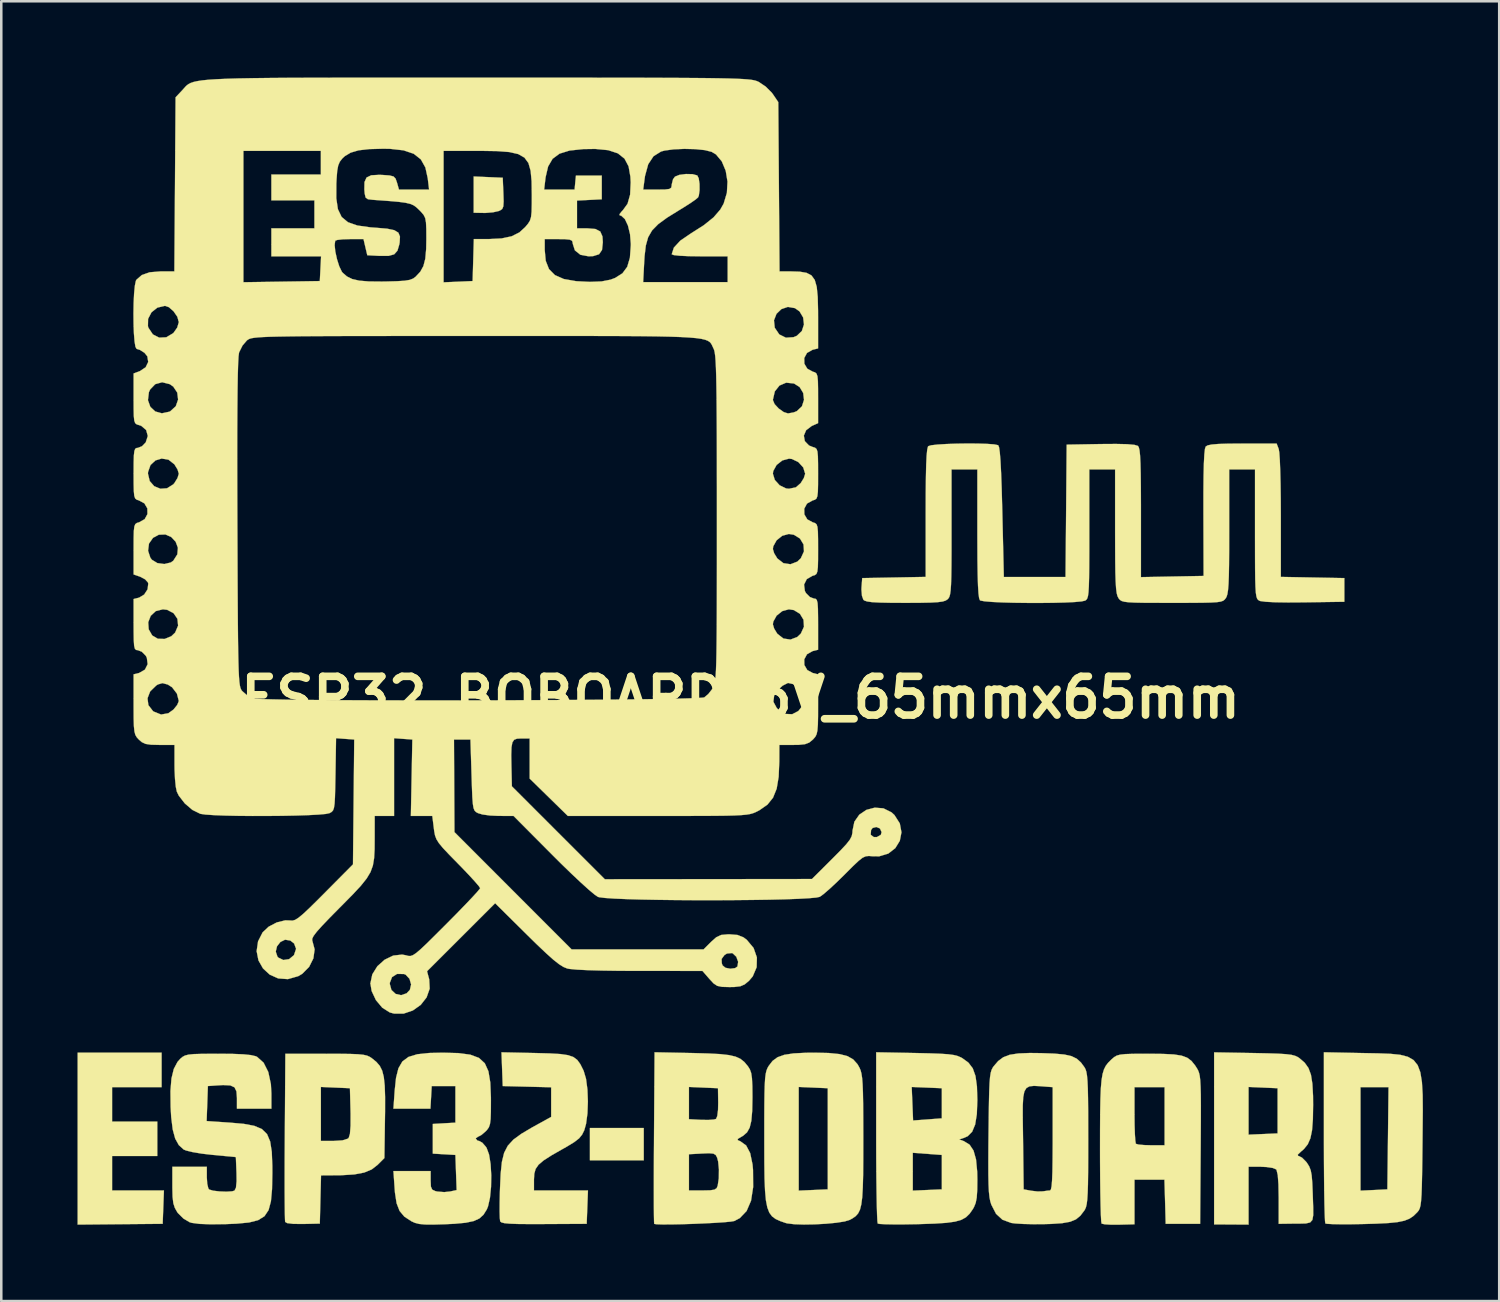
<source format=kicad_pcb>
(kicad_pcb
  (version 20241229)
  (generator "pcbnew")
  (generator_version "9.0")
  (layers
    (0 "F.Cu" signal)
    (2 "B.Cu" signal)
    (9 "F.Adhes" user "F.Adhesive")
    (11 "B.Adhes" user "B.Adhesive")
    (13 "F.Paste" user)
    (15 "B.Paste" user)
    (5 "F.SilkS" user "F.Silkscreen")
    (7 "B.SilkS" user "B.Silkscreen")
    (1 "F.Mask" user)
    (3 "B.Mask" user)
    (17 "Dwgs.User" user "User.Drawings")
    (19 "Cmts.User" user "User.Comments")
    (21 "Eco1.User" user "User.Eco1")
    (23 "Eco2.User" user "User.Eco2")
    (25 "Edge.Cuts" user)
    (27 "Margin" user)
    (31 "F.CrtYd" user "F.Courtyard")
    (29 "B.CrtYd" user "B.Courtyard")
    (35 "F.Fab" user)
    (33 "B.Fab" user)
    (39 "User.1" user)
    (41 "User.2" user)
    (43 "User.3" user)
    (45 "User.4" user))
  (footprint "ESP32_BOBOARD_5V_65mmx65mm"
    (layer "F.Cu")
    (at 26.082 24.389)
    (property "Reference" "ESP32_BOBOARD_5V_65mmx65mm" (at 0 0 0) (layer "F.SilkS") (effects (font (size 1.524 1.524) (thickness 0.3))))
    (attr exclude_from_pos_files exclude_from_bom)
    (fp_poly (pts (xy -3.81 18.203) (xy -5.927 18.203) (xy -5.927 16.933) (xy -3.81 16.933) (xy -3.81 18.203)) (stroke (width 0.01) (type solid)) (fill yes) (layer "F.SilkS"))
    (fp_poly (pts (xy -22.775 15.325) (xy -24.723 15.325) (xy -24.723 16.679) (xy -22.945 16.679) (xy -22.945 18.034) (xy -24.723 18.034) (xy -24.723 19.389) (xy -22.684 19.389) (xy -22.733 20.701) (xy -24.405 20.716) (xy -26.077 20.731) (xy -26.077 13.97) (xy -22.775 13.97) (xy -22.775 15.325)) (stroke (width 0.01) (type solid)) (fill yes) (layer "F.SilkS"))
    (fp_poly (pts (xy -9.927 -20.472) (xy -9.356 -20.447) (xy -9.331 -19.832) (xy -9.321 -19.514) (xy -9.333 -19.323) (xy -9.376 -19.219) (xy -9.462 -19.16) (xy -9.519 -19.137) (xy -9.738 -19.088) (xy -10.026 -19.064) (xy -10.115 -19.064) (xy -10.499 -19.071) (xy -10.499 -20.497) (xy -9.927 -20.472)) (stroke (width 0.01) (type solid)) (fill yes) (layer "F.SilkS"))
    (fp_poly (pts (xy 24.49 13.985) (xy 25.079 13.996) (xy 25.561 14.014) (xy 25.947 14.053) (xy 26.248 14.131) (xy 26.473 14.261) (xy 26.633 14.46) (xy 26.739 14.743) (xy 26.801 15.127) (xy 26.83 15.625) (xy 26.835 16.254) (xy 26.828 17.03) (xy 26.824 17.454) (xy 26.816 18.187) (xy 26.807 18.77) (xy 26.797 19.222) (xy 26.785 19.561) (xy 26.767 19.807) (xy 26.745 19.978) (xy 26.715 20.093) (xy 26.677 20.172) (xy 26.63 20.233) (xy 26.628 20.235) (xy 26.477 20.385) (xy 26.314 20.497) (xy 26.112 20.578) (xy 25.843 20.634) (xy 25.481 20.671) (xy 24.999 20.695) (xy 24.515 20.709) (xy 24.035 20.718) (xy 23.615 20.719) (xy 23.283 20.713) (xy 23.069 20.701) (xy 23.002 20.687) (xy 22.989 20.593) (xy 22.978 20.348) (xy 22.967 19.97) (xy 22.958 19.478) (xy 22.952 18.891) (xy 22.947 18.227) (xy 22.945 17.504) (xy 22.945 17.292) (xy 22.945 15.325) (xy 24.384 15.325) (xy 24.384 19.397) (xy 24.913 19.372) (xy 25.442 19.346) (xy 25.465 17.335) (xy 25.488 15.325) (xy 24.384 15.325) (xy 22.945 15.325) (xy 22.945 13.954) (xy 24.49 13.985)) (stroke (width 0.01) (type solid)) (fill yes) (layer "F.SilkS"))
    (fp_poly (pts (xy -15.766 14.014) (xy -15.349 14.019) (xy -15.05 14.031) (xy -14.84 14.052) (xy -14.695 14.085) (xy -14.588 14.133) (xy -14.505 14.188) (xy -14.328 14.332) (xy -14.194 14.487) (xy -14.098 14.677) (xy -14.035 14.927) (xy -13.999 15.263) (xy -13.984 15.709) (xy -13.985 16.291) (xy -13.989 16.53) (xy -14.012 18.116) (xy -14.278 18.381) (xy -14.51 18.561) (xy -14.804 18.684) (xy -15.192 18.758) (xy -15.704 18.79) (xy -15.893 18.792) (xy -16.504 18.796) (xy -16.528 19.744) (xy -16.552 20.692) (xy -17.215 20.707) (xy -17.598 20.703) (xy -17.836 20.673) (xy -17.915 20.627) (xy -17.922 20.523) (xy -17.928 20.27) (xy -17.932 19.884) (xy -17.935 19.387) (xy -17.935 18.796) (xy -17.934 18.131) (xy -17.93 17.441) (xy -16.51 17.441) (xy -16.012 17.441) (xy -15.66 17.418) (xy -15.45 17.352) (xy -15.417 17.323) (xy -15.367 17.166) (xy -15.342 16.846) (xy -15.341 16.369) (xy -15.343 16.286) (xy -15.367 15.367) (xy -15.938 15.342) (xy -16.51 15.317) (xy -16.51 17.441) (xy -17.93 17.441) (xy -17.93 17.41) (xy -17.929 17.272) (xy -17.907 14.012) (xy -16.325 14.012) (xy -15.766 14.014)) (stroke (width 0.01) (type solid)) (fill yes) (layer "F.SilkS"))
    (fp_poly (pts (xy -8.056 13.984) (xy -7.5 13.999) (xy -7.087 14.023) (xy -6.788 14.067) (xy -6.576 14.141) (xy -6.424 14.255) (xy -6.305 14.42) (xy -6.191 14.646) (xy -6.171 14.69) (xy -6.08 14.998) (xy -6.025 15.416) (xy -6.007 15.888) (xy -6.024 16.358) (xy -6.079 16.77) (xy -6.148 17.018) (xy -6.234 17.193) (xy -6.353 17.339) (xy -6.542 17.486) (xy -6.833 17.664) (xy -7.005 17.761) (xy -7.441 18.01) (xy -7.748 18.207) (xy -7.948 18.377) (xy -8.063 18.543) (xy -8.115 18.73) (xy -8.128 18.96) (xy -8.128 19.389) (xy -6.004 19.389) (xy -6.054 20.701) (xy -7.733 20.71) (xy -8.324 20.711) (xy -8.767 20.707) (xy -9.081 20.695) (xy -9.287 20.676) (xy -9.405 20.646) (xy -9.456 20.606) (xy -9.458 20.6) (xy -9.472 20.475) (xy -9.479 20.216) (xy -9.477 19.857) (xy -9.468 19.434) (xy -9.464 19.321) (xy -9.437 18.724) (xy -9.389 18.264) (xy -9.302 17.91) (xy -9.157 17.629) (xy -8.937 17.389) (xy -8.622 17.159) (xy -8.195 16.906) (xy -8.022 16.811) (xy -7.451 16.495) (xy -7.451 15.33) (xy -8.403 15.306) (xy -9.356 15.282) (xy -9.381 14.619) (xy -9.405 13.955) (xy -8.056 13.984)) (stroke (width 0.01) (type solid)) (fill yes) (layer "F.SilkS"))
    (fp_poly (pts (xy 20.187 13.984) (xy 20.745 13.996) (xy 21.16 14.009) (xy 21.458 14.028) (xy 21.667 14.054) (xy 21.812 14.092) (xy 21.921 14.143) (xy 21.986 14.188) (xy 22.191 14.366) (xy 22.338 14.573) (xy 22.436 14.838) (xy 22.492 15.193) (xy 22.518 15.667) (xy 22.521 16.026) (xy 22.512 16.592) (xy 22.479 17.019) (xy 22.414 17.336) (xy 22.311 17.572) (xy 22.161 17.758) (xy 22.055 17.85) (xy 21.918 17.979) (xy 21.93 18.032) (xy 21.954 18.034) (xy 22.084 18.098) (xy 22.243 18.257) (xy 22.283 18.309) (xy 22.367 18.444) (xy 22.426 18.595) (xy 22.464 18.796) (xy 22.488 19.085) (xy 22.505 19.498) (xy 22.509 19.622) (xy 22.524 20.063) (xy 22.525 20.363) (xy 22.492 20.548) (xy 22.404 20.647) (xy 22.239 20.686) (xy 21.977 20.693) (xy 21.696 20.694) (xy 21.167 20.701) (xy 21.167 19.681) (xy 21.157 19.148) (xy 21.13 18.783) (xy 21.083 18.586) (xy 21.065 18.559) (xy 20.929 18.503) (xy 20.685 18.467) (xy 20.472 18.457) (xy 19.981 18.457) (xy 19.981 20.731) (xy 19.304 20.727) (xy 18.627 20.723) (xy 18.627 17.195) (xy 19.981 17.195) (xy 21.124 17.145) (xy 21.124 15.367) (xy 20.553 15.342) (xy 19.981 15.317) (xy 19.981 17.195) (xy 18.627 17.195) (xy 18.627 13.957) (xy 20.187 13.984)) (stroke (width 0.01) (type solid)) (fill yes) (layer "F.SilkS"))
    (fp_poly (pts (xy 3.466 13.982) (xy 3.893 14.025) (xy 4.206 14.106) (xy 4.432 14.236) (xy 4.598 14.422) (xy 4.678 14.563) (xy 4.721 14.664) (xy 4.754 14.792) (xy 4.78 14.964) (xy 4.799 15.202) (xy 4.812 15.525) (xy 4.82 15.954) (xy 4.824 16.507) (xy 4.826 17.205) (xy 4.826 17.382) (xy 4.825 18.158) (xy 4.82 18.784) (xy 4.807 19.276) (xy 4.785 19.655) (xy 4.748 19.938) (xy 4.696 20.145) (xy 4.623 20.292) (xy 4.528 20.399) (xy 4.407 20.484) (xy 4.295 20.546) (xy 4.093 20.608) (xy 3.766 20.659) (xy 3.36 20.698) (xy 2.919 20.722) (xy 2.488 20.729) (xy 2.112 20.717) (xy 1.836 20.684) (xy 1.773 20.668) (xy 1.554 20.592) (xy 1.377 20.511) (xy 1.236 20.406) (xy 1.129 20.26) (xy 1.051 20.055) (xy 0.996 19.774) (xy 0.962 19.399) (xy 0.962 19.396) (xy 2.286 19.396) (xy 3.429 19.346) (xy 3.429 15.367) (xy 2.857 15.342) (xy 2.286 15.317) (xy 2.286 19.396) (xy 0.962 19.396) (xy 0.942 18.912) (xy 0.934 18.296) (xy 0.932 17.533) (xy 0.932 17.302) (xy 0.932 16.577) (xy 0.935 16.003) (xy 0.941 15.557) (xy 0.951 15.221) (xy 0.966 14.975) (xy 0.989 14.798) (xy 1.019 14.67) (xy 1.059 14.572) (xy 1.103 14.494) (xy 1.256 14.294) (xy 1.451 14.15) (xy 1.717 14.054) (xy 2.081 13.998) (xy 2.57 13.973) (xy 2.897 13.97) (xy 3.466 13.982)) (stroke (width 0.01) (type solid)) (fill yes) (layer "F.SilkS"))
    (fp_poly (pts (xy 16.63 14.018) (xy 17.044 14.039) (xy 17.346 14.086) (xy 17.567 14.167) (xy 17.733 14.291) (xy 17.876 14.467) (xy 17.954 14.588) (xy 17.998 14.669) (xy 18.033 14.761) (xy 18.061 14.884) (xy 18.081 15.055) (xy 18.094 15.294) (xy 18.103 15.617) (xy 18.106 16.044) (xy 18.105 16.593) (xy 18.101 17.282) (xy 18.098 17.78) (xy 18.076 20.701) (xy 16.722 20.701) (xy 16.698 19.833) (xy 16.673 18.965) (xy 15.494 18.965) (xy 15.494 20.719) (xy 14.877 20.735) (xy 14.568 20.735) (xy 14.328 20.721) (xy 14.204 20.694) (xy 14.2 20.691) (xy 14.185 20.595) (xy 14.172 20.349) (xy 14.161 19.975) (xy 14.151 19.492) (xy 14.144 18.92) (xy 14.14 18.28) (xy 14.139 17.806) (xy 14.14 16.989) (xy 14.144 16.324) (xy 14.154 15.792) (xy 14.171 15.374) (xy 14.175 15.325) (xy 15.494 15.325) (xy 15.494 16.411) (xy 15.498 16.824) (xy 15.51 17.174) (xy 15.527 17.427) (xy 15.547 17.55) (xy 15.55 17.554) (xy 15.659 17.584) (xy 15.885 17.604) (xy 16.143 17.611) (xy 16.679 17.611) (xy 16.679 15.325) (xy 15.494 15.325) (xy 14.175 15.325) (xy 14.199 15.052) (xy 14.239 14.809) (xy 14.295 14.625) (xy 14.367 14.483) (xy 14.46 14.363) (xy 14.574 14.249) (xy 14.601 14.224) (xy 14.697 14.142) (xy 14.797 14.084) (xy 14.931 14.047) (xy 15.13 14.025) (xy 15.425 14.015) (xy 15.844 14.012) (xy 16.076 14.012) (xy 16.63 14.018)) (stroke (width 0.01) (type solid)) (fill yes) (layer "F.SilkS"))
    (fp_poly (pts (xy 6.879 13.983) (xy 7.44 13.996) (xy 7.859 14.011) (xy 8.164 14.031) (xy 8.383 14.061) (xy 8.543 14.102) (xy 8.671 14.157) (xy 8.721 14.185) (xy 8.963 14.362) (xy 9.133 14.586) (xy 9.24 14.887) (xy 9.297 15.295) (xy 9.313 15.833) (xy 9.293 16.386) (xy 9.227 16.795) (xy 9.11 17.077) (xy 8.935 17.254) (xy 8.791 17.319) (xy 8.596 17.381) (xy 8.785 17.45) (xy 9.007 17.587) (xy 9.163 17.82) (xy 9.261 18.168) (xy 9.307 18.65) (xy 9.313 18.955) (xy 9.308 19.376) (xy 9.289 19.67) (xy 9.248 19.878) (xy 9.181 20.044) (xy 9.136 20.122) (xy 9.009 20.304) (xy 8.866 20.443) (xy 8.684 20.544) (xy 8.436 20.615) (xy 8.097 20.662) (xy 7.644 20.692) (xy 7.049 20.712) (xy 6.945 20.715) (xy 6.459 20.723) (xy 6.032 20.724) (xy 5.693 20.718) (xy 5.47 20.706) (xy 5.394 20.69) (xy 5.381 20.595) (xy 5.369 20.349) (xy 5.358 19.971) (xy 5.349 19.479) (xy 5.341 18.891) (xy 5.336 18.226) (xy 5.335 17.907) (xy 6.773 17.907) (xy 6.773 18.652) (xy 6.773 19.396) (xy 7.916 19.346) (xy 7.916 17.992) (xy 6.773 17.907) (xy 5.335 17.907) (xy 5.334 17.503) (xy 5.334 17.292) (xy 5.334 15.318) (xy 6.731 15.318) (xy 6.758 15.977) (xy 6.785 16.637) (xy 7.351 16.595) (xy 7.916 16.552) (xy 7.916 15.367) (xy 7.324 15.342) (xy 6.731 15.318) (xy 5.334 15.318) (xy 5.334 13.954) (xy 6.879 13.983)) (stroke (width 0.01) (type solid)) (fill yes) (layer "F.SilkS"))
    (fp_poly (pts (xy -11.099 13.986) (xy -10.631 14.048) (xy -10.292 14.175) (xy -10.061 14.387) (xy -9.919 14.702) (xy -9.846 15.142) (xy -9.822 15.725) (xy -9.821 15.858) (xy -9.823 16.286) (xy -9.833 16.58) (xy -9.858 16.775) (xy -9.902 16.904) (xy -9.972 17.004) (xy -10.029 17.064) (xy -10.193 17.205) (xy -10.317 17.271) (xy -10.325 17.272) (xy -10.411 17.334) (xy -10.414 17.357) (xy -10.345 17.432) (xy -10.286 17.441) (xy -10.162 17.508) (xy -10.018 17.673) (xy -9.99 17.716) (xy -9.895 17.974) (xy -9.834 18.349) (xy -9.808 18.789) (xy -9.816 19.247) (xy -9.858 19.673) (xy -9.935 20.016) (xy -9.984 20.137) (xy -10.112 20.342) (xy -10.274 20.49) (xy -10.498 20.592) (xy -10.815 20.659) (xy -11.252 20.7) (xy -11.642 20.718) (xy -12.095 20.731) (xy -12.416 20.728) (xy -12.643 20.706) (xy -12.814 20.662) (xy -12.948 20.601) (xy -13.227 20.418) (xy -13.414 20.195) (xy -13.531 19.893) (xy -13.596 19.474) (xy -13.608 19.317) (xy -13.656 18.627) (xy -12.192 18.627) (xy -12.192 19.001) (xy -12.182 19.236) (xy -12.13 19.357) (xy -12.005 19.415) (xy -11.938 19.431) (xy -11.659 19.454) (xy -11.427 19.43) (xy -11.169 19.374) (xy -11.194 18.683) (xy -11.218 17.992) (xy -12.107 17.94) (xy -12.107 16.773) (xy -11.663 16.747) (xy -11.218 16.722) (xy -11.218 15.282) (xy -12.15 15.282) (xy -12.175 15.727) (xy -12.201 16.171) (xy -13.656 16.171) (xy -13.606 15.456) (xy -13.553 14.957) (xy -13.459 14.582) (xy -13.303 14.314) (xy -13.063 14.136) (xy -12.718 14.031) (xy -12.245 13.981) (xy -11.714 13.97) (xy -11.099 13.986)) (stroke (width 0.01) (type solid)) (fill yes) (layer "F.SilkS"))
    (fp_poly (pts (xy -1.882 13.984) (xy -1.271 14.001) (xy -0.804 14.025) (xy -0.454 14.065) (xy -0.197 14.125) (xy -0.006 14.212) (xy 0.144 14.332) (xy 0.278 14.491) (xy 0.289 14.505) (xy 0.366 14.628) (xy 0.417 14.772) (xy 0.447 14.974) (xy 0.462 15.269) (xy 0.466 15.694) (xy 0.466 15.741) (xy 0.456 16.263) (xy 0.423 16.646) (xy 0.358 16.916) (xy 0.253 17.104) (xy 0.099 17.238) (xy 0.027 17.28) (xy -0.112 17.363) (xy -0.109 17.412) (xy -0.01 17.454) (xy 0.218 17.618) (xy 0.377 17.92) (xy 0.47 18.368) (xy 0.489 18.582) (xy 0.494 19.257) (xy 0.411 19.792) (xy 0.237 20.196) (xy -0.031 20.476) (xy -0.246 20.59) (xy -0.382 20.614) (xy -0.646 20.639) (xy -1.005 20.663) (xy -1.425 20.684) (xy -1.875 20.703) (xy -2.32 20.717) (xy -2.728 20.725) (xy -3.066 20.726) (xy -3.3 20.719) (xy -3.398 20.704) (xy -3.404 20.615) (xy -3.409 20.375) (xy -3.412 20.003) (xy -3.413 19.516) (xy -3.413 18.932) (xy -3.411 18.27) (xy -3.41 17.964) (xy -2.032 17.964) (xy -2.032 19.389) (xy -1.492 19.389) (xy -1.195 19.383) (xy -1.025 19.356) (xy -0.94 19.296) (xy -0.9 19.198) (xy -0.857 18.91) (xy -0.852 18.566) (xy -0.883 18.25) (xy -0.921 18.103) (xy -0.977 17.995) (xy -1.07 17.94) (xy -1.245 17.925) (xy -1.514 17.936) (xy -2.032 17.964) (xy -3.41 17.964) (xy -3.407 17.548) (xy -3.406 17.313) (xy -3.401 16.586) (xy -2.032 16.586) (xy -1.545 16.612) (xy -1.264 16.615) (xy -1.048 16.598) (xy -0.965 16.574) (xy -0.917 16.459) (xy -0.887 16.218) (xy -0.881 15.939) (xy -0.889 15.367) (xy -1.46 15.342) (xy -2.032 15.317) (xy -2.032 16.586) (xy -3.401 16.586) (xy -3.383 13.954) (xy -1.882 13.984)) (stroke (width 0.01) (type solid)) (fill yes) (layer "F.SilkS"))
    (fp_poly (pts (xy -19.974 14.017) (xy -19.556 14.034) (xy -19.265 14.064) (xy -19.076 14.108) (xy -19.021 14.132) (xy -18.763 14.363) (xy -18.579 14.729) (xy -18.476 15.208) (xy -18.457 15.563) (xy -18.457 16.171) (xy -19.812 16.171) (xy -19.812 15.75) (xy -19.831 15.491) (xy -19.907 15.333) (xy -20.071 15.257) (xy -20.353 15.243) (xy -20.581 15.256) (xy -20.955 15.282) (xy -20.979 15.97) (xy -21.004 16.659) (xy -20.09 16.721) (xy -19.543 16.769) (xy -19.129 16.847) (xy -18.83 16.974) (xy -18.628 17.172) (xy -18.504 17.465) (xy -18.441 17.872) (xy -18.42 18.417) (xy -18.419 18.711) (xy -18.431 19.336) (xy -18.474 19.812) (xy -18.567 20.16) (xy -18.729 20.402) (xy -18.98 20.558) (xy -19.337 20.649) (xy -19.821 20.695) (xy -20.248 20.713) (xy -20.846 20.72) (xy -21.287 20.704) (xy -21.586 20.664) (xy -21.672 20.639) (xy -21.918 20.493) (xy -22.135 20.277) (xy -22.159 20.244) (xy -22.255 20.075) (xy -22.314 19.891) (xy -22.343 19.642) (xy -22.352 19.281) (xy -22.352 19.207) (xy -22.352 18.457) (xy -20.997 18.457) (xy -20.997 18.876) (xy -20.98 19.129) (xy -20.937 19.307) (xy -20.906 19.351) (xy -20.748 19.398) (xy -20.499 19.427) (xy -20.227 19.437) (xy -20.002 19.423) (xy -19.909 19.396) (xy -19.85 19.281) (xy -19.825 19.022) (xy -19.829 18.704) (xy -19.854 18.076) (xy -20.786 17.988) (xy -21.199 17.94) (xy -21.555 17.88) (xy -21.811 17.818) (xy -21.908 17.778) (xy -22.1 17.603) (xy -22.241 17.348) (xy -22.338 16.99) (xy -22.398 16.503) (xy -22.42 16.107) (xy -22.427 15.474) (xy -22.387 14.983) (xy -22.296 14.61) (xy -22.15 14.333) (xy -22.04 14.209) (xy -21.951 14.134) (xy -21.853 14.081) (xy -21.715 14.046) (xy -21.509 14.025) (xy -21.205 14.016) (xy -20.774 14.013) (xy -20.538 14.012) (xy -19.974 14.017)) (stroke (width 0.01) (type solid)) (fill yes) (layer "F.SilkS"))
    (fp_poly (pts (xy 11.815 13.987) (xy 12.344 14.006) (xy 12.734 14.042) (xy 13.018 14.106) (xy 13.225 14.207) (xy 13.388 14.355) (xy 13.524 14.539) (xy 13.567 14.618) (xy 13.601 14.722) (xy 13.626 14.87) (xy 13.645 15.082) (xy 13.659 15.377) (xy 13.667 15.774) (xy 13.672 16.291) (xy 13.673 16.949) (xy 13.674 17.357) (xy 13.673 18.096) (xy 13.67 18.685) (xy 13.664 19.143) (xy 13.653 19.488) (xy 13.637 19.742) (xy 13.615 19.921) (xy 13.586 20.046) (xy 13.548 20.135) (xy 13.524 20.174) (xy 13.367 20.381) (xy 13.191 20.526) (xy 12.961 20.621) (xy 12.645 20.677) (xy 12.209 20.706) (xy 11.948 20.713) (xy 11.522 20.716) (xy 11.127 20.707) (xy 10.811 20.688) (xy 10.647 20.667) (xy 10.3 20.54) (xy 10.049 20.309) (xy 9.862 19.946) (xy 9.822 19.818) (xy 9.791 19.658) (xy 9.768 19.443) (xy 9.754 19.155) (xy 9.746 18.772) (xy 9.745 18.274) (xy 9.748 17.64) (xy 9.753 17.168) (xy 9.761 16.503) (xy 11.099 16.503) (xy 11.107 17.099) (xy 11.111 17.382) (xy 11.134 19.346) (xy 11.43 19.4) (xy 11.682 19.429) (xy 11.887 19.424) (xy 11.896 19.423) (xy 12.089 19.395) (xy 12.171 19.39) (xy 12.206 19.351) (xy 12.233 19.226) (xy 12.252 18.999) (xy 12.266 18.653) (xy 12.273 18.174) (xy 12.277 17.545) (xy 12.277 17.357) (xy 12.277 15.325) (xy 12.086 15.311) (xy 11.778 15.287) (xy 11.541 15.275) (xy 11.365 15.293) (xy 11.242 15.361) (xy 11.162 15.498) (xy 11.118 15.721) (xy 11.1 16.049) (xy 11.099 16.503) (xy 9.761 16.503) (xy 9.761 16.461) (xy 9.77 15.904) (xy 9.78 15.475) (xy 9.794 15.155) (xy 9.813 14.924) (xy 9.839 14.762) (xy 9.872 14.648) (xy 9.915 14.562) (xy 9.954 14.505) (xy 10.133 14.297) (xy 10.333 14.149) (xy 10.587 14.052) (xy 10.924 14) (xy 11.375 13.982) (xy 11.815 13.987)) (stroke (width 0.01) (type solid)) (fill yes) (layer "F.SilkS"))
    (fp_poly (pts (xy 9.336 -9.99) (xy 9.699 -9.979) (xy 9.974 -9.959) (xy 10.125 -9.928) (xy 10.134 -9.924) (xy 10.167 -9.845) (xy 10.196 -9.646) (xy 10.223 -9.318) (xy 10.247 -8.85) (xy 10.27 -8.234) (xy 10.291 -7.46) (xy 10.295 -7.301) (xy 10.355 -4.741) (xy 12.782 -4.741) (xy 12.805 -7.345) (xy 12.827 -9.948) (xy 14.17 -9.972) (xy 14.771 -9.976) (xy 15.209 -9.966) (xy 15.493 -9.94) (xy 15.629 -9.899) (xy 15.631 -9.898) (xy 15.665 -9.84) (xy 15.693 -9.721) (xy 15.714 -9.522) (xy 15.729 -9.228) (xy 15.739 -8.822) (xy 15.745 -8.286) (xy 15.748 -7.605) (xy 15.748 -7.269) (xy 15.748 -4.737) (xy 18.213 -4.784) (xy 18.206 -7.27) (xy 18.206 -8.074) (xy 18.212 -8.718) (xy 18.224 -9.211) (xy 18.242 -9.562) (xy 18.266 -9.78) (xy 18.296 -9.873) (xy 18.374 -9.92) (xy 18.532 -9.953) (xy 18.792 -9.975) (xy 19.176 -9.987) (xy 19.706 -9.991) (xy 19.74 -9.991) (xy 21.086 -9.991) (xy 21.169 -9.773) (xy 21.191 -9.631) (xy 21.211 -9.342) (xy 21.227 -8.928) (xy 21.24 -8.411) (xy 21.248 -7.814) (xy 21.251 -7.158) (xy 21.251 -4.746) (xy 22.5 -4.722) (xy 23.749 -4.699) (xy 23.749 -3.768) (xy 22.159 -3.745) (xy 21.534 -3.741) (xy 21.031 -3.748) (xy 20.663 -3.767) (xy 20.445 -3.796) (xy 20.403 -3.811) (xy 20.355 -3.843) (xy 20.317 -3.895) (xy 20.289 -3.984) (xy 20.267 -4.13) (xy 20.253 -4.351) (xy 20.243 -4.666) (xy 20.238 -5.092) (xy 20.236 -5.649) (xy 20.235 -6.354) (xy 20.235 -6.438) (xy 20.235 -8.975) (xy 19.219 -8.975) (xy 19.219 -6.538) (xy 19.218 -5.813) (xy 19.214 -5.239) (xy 19.206 -4.797) (xy 19.193 -4.467) (xy 19.174 -4.23) (xy 19.149 -4.069) (xy 19.116 -3.964) (xy 19.088 -3.914) (xy 19.041 -3.854) (xy 18.982 -3.808) (xy 18.888 -3.775) (xy 18.737 -3.752) (xy 18.51 -3.738) (xy 18.183 -3.73) (xy 17.735 -3.726) (xy 17.144 -3.725) (xy 16.976 -3.725) (xy 16.347 -3.726) (xy 15.866 -3.728) (xy 15.512 -3.735) (xy 15.262 -3.748) (xy 15.094 -3.769) (xy 14.989 -3.799) (xy 14.923 -3.841) (xy 14.875 -3.897) (xy 14.864 -3.914) (xy 14.825 -3.991) (xy 14.794 -4.111) (xy 14.771 -4.293) (xy 14.754 -4.556) (xy 14.742 -4.918) (xy 14.736 -5.399) (xy 14.733 -6.017) (xy 14.732 -6.538) (xy 14.732 -8.975) (xy 13.716 -8.975) (xy 13.716 -6.438) (xy 13.716 -5.715) (xy 13.713 -5.143) (xy 13.708 -4.704) (xy 13.699 -4.378) (xy 13.685 -4.148) (xy 13.665 -3.995) (xy 13.637 -3.901) (xy 13.6 -3.846) (xy 13.554 -3.814) (xy 13.552 -3.813) (xy 13.411 -3.782) (xy 13.135 -3.757) (xy 12.753 -3.739) (xy 12.296 -3.727) (xy 11.792 -3.722) (xy 11.271 -3.723) (xy 10.762 -3.729) (xy 10.295 -3.742) (xy 9.899 -3.761) (xy 9.603 -3.785) (xy 9.437 -3.815) (xy 9.415 -3.827) (xy 9.383 -3.91) (xy 9.358 -4.098) (xy 9.339 -4.402) (xy 9.326 -4.834) (xy 9.317 -5.407) (xy 9.314 -6.132) (xy 9.313 -6.452) (xy 9.313 -8.975) (xy 8.297 -8.975) (xy 8.297 -6.49) (xy 8.297 -5.773) (xy 8.294 -5.206) (xy 8.288 -4.77) (xy 8.278 -4.446) (xy 8.262 -4.216) (xy 8.24 -4.06) (xy 8.211 -3.96) (xy 8.172 -3.896) (xy 8.142 -3.865) (xy 8.064 -3.814) (xy 7.943 -3.777) (xy 7.754 -3.752) (xy 7.472 -3.736) (xy 7.073 -3.728) (xy 6.532 -3.725) (xy 6.46 -3.725) (xy 5.889 -3.728) (xy 5.467 -3.737) (xy 5.17 -3.753) (xy 4.978 -3.78) (xy 4.868 -3.817) (xy 4.831 -3.846) (xy 4.774 -4.002) (xy 4.754 -4.245) (xy 4.757 -4.333) (xy 4.784 -4.699) (xy 6.032 -4.722) (xy 7.281 -4.746) (xy 7.281 -7.267) (xy 7.283 -8.053) (xy 7.29 -8.683) (xy 7.301 -9.167) (xy 7.318 -9.518) (xy 7.341 -9.748) (xy 7.37 -9.869) (xy 7.383 -9.889) (xy 7.499 -9.924) (xy 7.748 -9.952) (xy 8.092 -9.973) (xy 8.497 -9.987) (xy 8.923 -9.993) (xy 9.336 -9.99)) (stroke (width 0.01) (type solid)) (fill yes) (layer "F.SilkS"))
    (fp_poly (pts (xy -12.061 -24.384) (xy -10.471 -24.384) (xy -10.401 -24.384) (xy -8.829 -24.384) (xy -7.418 -24.384) (xy -6.158 -24.383) (xy -5.041 -24.382) (xy -4.057 -24.381) (xy -3.198 -24.378) (xy -2.454 -24.375) (xy -1.818 -24.371) (xy -1.278 -24.366) (xy -0.828 -24.359) (xy -0.458 -24.351) (xy -0.158 -24.341) (xy 0.08 -24.33) (xy 0.264 -24.317) (xy 0.405 -24.302) (xy 0.51 -24.285) (xy 0.589 -24.266) (xy 0.652 -24.244) (xy 0.705 -24.22) (xy 0.714 -24.216) (xy 0.987 -24.033) (xy 1.229 -23.791) (xy 1.27 -23.735) (xy 1.482 -23.423) (xy 1.507 -20.094) (xy 1.531 -16.764) (xy 1.972 -16.763) (xy 2.329 -16.752) (xy 2.596 -16.706) (xy 2.788 -16.605) (xy 2.917 -16.428) (xy 2.995 -16.154) (xy 3.034 -15.761) (xy 3.047 -15.229) (xy 3.048 -14.957) (xy 3.048 -13.734) (xy 2.833 -13.681) (xy 2.612 -13.556) (xy 2.504 -13.357) (xy 2.508 -13.133) (xy 2.624 -12.936) (xy 2.839 -12.819) (xy 2.928 -12.791) (xy 2.987 -12.741) (xy 3.023 -12.637) (xy 3.041 -12.451) (xy 3.047 -12.152) (xy 3.048 -11.78) (xy 3.048 -10.794) (xy 2.798 -10.683) (xy 2.578 -10.517) (xy 2.488 -10.303) (xy 2.526 -10.087) (xy 2.69 -9.916) (xy 2.839 -9.855) (xy 2.928 -9.828) (xy 2.987 -9.778) (xy 3.023 -9.676) (xy 3.041 -9.491) (xy 3.047 -9.194) (xy 3.048 -8.805) (xy 3.047 -8.382) (xy 3.04 -8.097) (xy 3.02 -7.922) (xy 2.983 -7.826) (xy 2.92 -7.78) (xy 2.833 -7.754) (xy 2.612 -7.63) (xy 2.504 -7.43) (xy 2.508 -7.206) (xy 2.624 -7.009) (xy 2.839 -6.892) (xy 2.928 -6.864) (xy 2.987 -6.815) (xy 3.023 -6.712) (xy 3.041 -6.528) (xy 3.047 -6.231) (xy 3.048 -5.842) (xy 3.047 -5.418) (xy 3.04 -5.134) (xy 3.02 -4.959) (xy 2.983 -4.863) (xy 2.92 -4.816) (xy 2.833 -4.791) (xy 2.604 -4.66) (xy 2.496 -4.444) (xy 2.528 -4.192) (xy 2.572 -4.11) (xy 2.725 -3.955) (xy 2.881 -3.895) (xy 2.952 -3.884) (xy 2.999 -3.834) (xy 3.028 -3.716) (xy 3.042 -3.502) (xy 3.047 -3.164) (xy 3.048 -2.888) (xy 3.048 -1.881) (xy 2.833 -1.827) (xy 2.612 -1.703) (xy 2.504 -1.503) (xy 2.508 -1.28) (xy 2.624 -1.082) (xy 2.839 -0.965) (xy 3.048 -0.913) (xy 3.048 0.267) (xy 3.047 0.737) (xy 3.04 1.069) (xy 3.022 1.293) (xy 2.99 1.442) (xy 2.938 1.545) (xy 2.861 1.634) (xy 2.84 1.655) (xy 2.699 1.771) (xy 2.534 1.834) (xy 2.291 1.86) (xy 2.078 1.863) (xy 1.524 1.863) (xy 1.522 2.519) (xy 1.497 3.12) (xy 1.419 3.585) (xy 1.276 3.939) (xy 1.057 4.211) (xy 0.749 4.427) (xy 0.676 4.466) (xy 0.581 4.513) (xy 0.486 4.551) (xy 0.373 4.582) (xy 0.227 4.606) (xy 0.029 4.624) (xy -0.235 4.638) (xy -0.584 4.647) (xy -1.034 4.652) (xy -1.602 4.655) (xy -2.304 4.656) (xy -3.156 4.657) (xy -6.795 4.657) (xy -7.546 3.922) (xy -8.297 3.187) (xy -8.297 1.609) (xy -8.627 1.609) (xy -8.794 1.617) (xy -8.907 1.66) (xy -8.977 1.764) (xy -9.012 1.956) (xy -9.022 2.262) (xy -9.015 2.709) (xy -9.014 2.74) (xy -8.997 3.491) (xy -7.169 5.319) (xy -5.34 7.147) (xy -1.267 7.143) (xy 2.807 7.138) (xy 3.605 6.343) (xy 3.932 6.013) (xy 4.156 5.773) (xy 4.296 5.595) (xy 4.37 5.454) (xy 4.383 5.397) (xy 5.118 5.397) (xy 5.238 5.487) (xy 5.363 5.487) (xy 5.517 5.401) (xy 5.546 5.292) (xy 5.482 5.15) (xy 5.339 5.092) (xy 5.193 5.13) (xy 5.133 5.21) (xy 5.118 5.397) (xy 4.383 5.397) (xy 4.399 5.322) (xy 4.403 5.236) (xy 4.476 4.885) (xy 4.67 4.607) (xy 4.95 4.418) (xy 5.278 4.331) (xy 5.619 4.358) (xy 5.936 4.515) (xy 6.052 4.621) (xy 6.263 4.952) (xy 6.328 5.3) (xy 6.263 5.635) (xy 6.085 5.924) (xy 5.809 6.138) (xy 5.453 6.245) (xy 5.201 6.244) (xy 5.049 6.231) (xy 4.924 6.244) (xy 4.798 6.301) (xy 4.643 6.422) (xy 4.428 6.625) (xy 4.125 6.928) (xy 4.093 6.96) (xy 3.785 7.262) (xy 3.499 7.528) (xy 3.265 7.73) (xy 3.117 7.837) (xy 3.116 7.838) (xy 2.973 7.868) (xy 2.682 7.894) (xy 2.263 7.917) (xy 1.736 7.936) (xy 1.121 7.951) (xy 0.439 7.961) (xy -0.289 7.968) (xy -1.043 7.972) (xy -1.803 7.971) (xy -2.548 7.966) (xy -3.258 7.957) (xy -3.911 7.945) (xy -4.489 7.928) (xy -4.97 7.908) (xy -5.333 7.883) (xy -5.559 7.855) (xy -5.612 7.84) (xy -5.745 7.749) (xy -5.977 7.554) (xy -6.288 7.273) (xy -6.659 6.924) (xy -7.069 6.526) (xy -7.407 6.189) (xy -8.931 4.657) (xy -9.524 4.655) (xy -9.857 4.64) (xy -10.149 4.6) (xy -10.329 4.547) (xy -10.408 4.503) (xy -10.465 4.445) (xy -10.505 4.346) (xy -10.532 4.181) (xy -10.552 3.925) (xy -10.567 3.55) (xy -10.583 3.046) (xy -10.626 1.651) (xy -11.274 1.651) (xy -11.256 5.292) (xy -8.952 7.599) (xy -6.647 9.906) (xy -1.456 9.906) (xy -1.16 9.61) (xy -0.952 9.425) (xy -0.761 9.338) (xy -0.502 9.314) (xy -0.438 9.313) (xy -0.121 9.339) (xy 0.113 9.432) (xy 0.242 9.528) (xy 0.511 9.85) (xy 0.641 10.223) (xy 0.631 10.608) (xy 0.478 10.968) (xy 0.332 11.14) (xy 0.162 11.282) (xy -0.01 11.357) (xy -0.248 11.385) (xy -0.439 11.388) (xy -0.731 11.38) (xy -0.918 11.341) (xy -1.063 11.245) (xy -1.225 11.07) (xy -1.5 10.753) (xy -3.988 10.752) (xy -4.774 10.749) (xy -5.455 10.739) (xy -6.017 10.723) (xy -6.447 10.702) (xy -6.729 10.675) (xy -6.816 10.659) (xy -6.962 10.6) (xy -7.139 10.49) (xy -7.362 10.314) (xy -7.398 10.282) (xy -0.747 10.282) (xy -0.74 10.448) (xy -0.711 10.534) (xy -0.597 10.629) (xy -0.405 10.667) (xy -0.215 10.643) (xy -0.124 10.579) (xy -0.096 10.395) (xy -0.169 10.195) (xy -0.31 10.061) (xy -0.339 10.051) (xy -0.537 10.069) (xy -0.636 10.131) (xy -0.747 10.282) (xy -7.398 10.282) (xy -7.651 10.056) (xy -8.024 9.702) (xy -8.405 9.328) (xy -9.655 8.09) (xy -10.994 9.428) (xy -12.334 10.766) (xy -12.249 11.084) (xy -12.23 11.451) (xy -12.351 11.794) (xy -12.581 12.088) (xy -12.892 12.309) (xy -13.253 12.432) (xy -13.635 12.431) (xy -13.801 12.386) (xy -14.096 12.199) (xy -14.346 11.9) (xy -14.513 11.544) (xy -14.56 11.259) (xy -13.801 11.259) (xy -13.734 11.504) (xy -13.569 11.658) (xy -13.353 11.707) (xy -13.138 11.634) (xy -13.009 11.498) (xy -12.96 11.286) (xy -13.024 11.063) (xy -13.174 10.902) (xy -13.244 10.874) (xy -13.515 10.872) (xy -13.712 10.998) (xy -13.799 11.224) (xy -13.801 11.259) (xy -14.56 11.259) (xy -14.562 11.244) (xy -14.487 10.889) (xy -14.288 10.569) (xy -14.002 10.313) (xy -13.665 10.15) (xy -13.314 10.11) (xy -13.161 10.139) (xy -13.07 10.164) (xy -12.985 10.166) (xy -12.888 10.133) (xy -12.762 10.05) (xy -12.59 9.904) (xy -12.352 9.68) (xy -12.033 9.365) (xy -11.613 8.946) (xy -11.566 8.899) (xy -11.182 8.511) (xy -10.842 8.16) (xy -10.562 7.866) (xy -10.361 7.646) (xy -10.256 7.519) (xy -10.245 7.497) (xy -10.301 7.411) (xy -10.457 7.23) (xy -10.69 6.976) (xy -10.981 6.671) (xy -11.125 6.524) (xy -11.466 6.176) (xy -11.707 5.92) (xy -11.866 5.728) (xy -11.964 5.572) (xy -12.02 5.423) (xy -12.052 5.253) (xy -12.066 5.144) (xy -12.127 4.657) (xy -12.97 4.657) (xy -12.912 1.651) (xy -13.271 1.625) (xy -13.631 1.599) (xy -13.631 4.657) (xy -14.393 4.657) (xy -14.394 5.524) (xy -14.397 5.966) (xy -14.416 6.316) (xy -14.464 6.606) (xy -14.558 6.865) (xy -14.711 7.12) (xy -14.937 7.403) (xy -15.252 7.742) (xy -15.67 8.166) (xy -15.751 8.247) (xy -16.163 8.664) (xy -16.465 8.98) (xy -16.672 9.211) (xy -16.796 9.375) (xy -16.851 9.487) (xy -16.85 9.563) (xy -16.844 9.575) (xy -16.756 9.906) (xy -16.805 10.26) (xy -16.973 10.595) (xy -17.242 10.866) (xy -17.401 10.96) (xy -17.809 11.076) (xy -18.189 11.048) (xy -18.522 10.899) (xy -18.787 10.654) (xy -18.966 10.338) (xy -19.033 9.994) (xy -18.285 9.994) (xy -18.218 10.192) (xy -18.186 10.228) (xy -17.986 10.324) (xy -17.759 10.29) (xy -17.573 10.136) (xy -17.568 10.13) (xy -17.485 9.884) (xy -17.564 9.673) (xy -17.711 9.559) (xy -17.918 9.525) (xy -18.104 9.616) (xy -18.237 9.787) (xy -18.285 9.994) (xy -19.033 9.994) (xy -19.037 9.975) (xy -18.981 9.59) (xy -18.802 9.237) (xy -18.565 9.014) (xy -18.245 8.846) (xy -17.91 8.763) (xy -17.719 8.769) (xy -17.625 8.775) (xy -17.523 8.745) (xy -17.392 8.663) (xy -17.213 8.516) (xy -16.968 8.287) (xy -16.637 7.961) (xy -16.365 7.688) (xy -15.247 6.562) (xy -15.198 1.651) (xy -15.555 1.625) (xy -15.913 1.599) (xy -15.936 3.02) (xy -15.946 3.54) (xy -15.956 3.917) (xy -15.971 4.175) (xy -15.996 4.341) (xy -16.033 4.441) (xy -16.088 4.5) (xy -16.163 4.543) (xy -16.171 4.547) (xy -16.316 4.578) (xy -16.603 4.604) (xy -17.005 4.625) (xy -17.493 4.641) (xy -18.041 4.652) (xy -18.622 4.657) (xy -19.207 4.658) (xy -19.77 4.653) (xy -20.283 4.642) (xy -20.719 4.625) (xy -21.05 4.603) (xy -21.249 4.574) (xy -21.255 4.572) (xy -21.563 4.42) (xy -21.864 4.163) (xy -22.101 3.856) (xy -22.177 3.699) (xy -22.217 3.509) (xy -22.248 3.203) (xy -22.265 2.834) (xy -22.267 2.661) (xy -22.267 1.863) (xy -22.864 1.863) (xy -23.193 1.855) (xy -23.406 1.823) (xy -23.554 1.754) (xy -23.668 1.655) (xy -23.751 1.565) (xy -23.808 1.468) (xy -23.844 1.332) (xy -23.865 1.127) (xy -23.874 0.822) (xy -23.876 0.385) (xy -23.876 0.267) (xy -23.876 0.029) (xy -23.33 0.029) (xy -23.295 0.298) (xy -23.117 0.529) (xy -23.085 0.552) (xy -22.796 0.668) (xy -22.509 0.617) (xy -22.306 0.47) (xy -22.164 0.294) (xy -22.107 0.164) (xy 1.289 0.164) (xy 1.421 0.408) (xy 1.478 0.47) (xy 1.747 0.643) (xy 2.03 0.656) (xy 2.273 0.529) (xy 2.428 0.331) (xy 2.503 0.15) (xy 2.512 -0.032) (xy 2.423 -0.202) (xy 2.301 -0.337) (xy 2.065 -0.53) (xy 1.865 -0.575) (xy 1.657 -0.471) (xy 1.517 -0.345) (xy 1.321 -0.081) (xy 1.289 0.164) (xy -22.107 0.164) (xy -22.099 0.145) (xy -22.098 0.135) (xy -22.173 -0.156) (xy -22.364 -0.405) (xy -22.532 -0.512) (xy -22.741 -0.568) (xy -22.919 -0.516) (xy -22.984 -0.476) (xy -23.225 -0.242) (xy -23.33 0.029) (xy -23.876 0.029) (xy -23.876 -0.913) (xy -23.661 -0.967) (xy -23.432 -1.097) (xy -23.324 -1.313) (xy -23.356 -1.565) (xy -23.4 -1.648) (xy -23.553 -1.802) (xy -23.709 -1.863) (xy -23.78 -1.873) (xy -23.827 -1.923) (xy -23.856 -2.041) (xy -23.87 -2.255) (xy -23.875 -2.593) (xy -23.876 -2.869) (xy -23.876 -2.963) (xy -23.302 -2.963) (xy -23.283 -2.685) (xy -23.145 -2.443) (xy -22.925 -2.313) (xy -22.655 -2.305) (xy -22.393 -2.412) (xy -22.244 -2.554) (xy -22.126 -2.829) (xy -22.153 -3.097) (xy -22.303 -3.318) (xy -22.555 -3.451) (xy -22.726 -3.471) (xy -23.005 -3.4) (xy -23.203 -3.216) (xy -23.302 -2.963) (xy -23.876 -2.963) (xy -23.876 -3.876) (xy -23.661 -3.93) (xy -23.461 -4.051) (xy -23.327 -4.257) (xy -23.3 -4.48) (xy -23.313 -4.528) (xy -23.425 -4.651) (xy -23.621 -4.754) (xy -23.876 -4.843) (xy -23.876 -5.774) (xy -23.308 -5.774) (xy -23.218 -5.501) (xy -23.157 -5.42) (xy -22.942 -5.289) (xy -22.668 -5.252) (xy -22.413 -5.313) (xy -22.316 -5.382) (xy -22.156 -5.633) (xy -22.134 -5.892) (xy -22.222 -6.129) (xy -22.394 -6.313) (xy -22.623 -6.415) (xy -22.883 -6.406) (xy -23.113 -6.283) (xy -23.272 -6.057) (xy -23.308 -5.774) (xy -23.876 -5.774) (xy -23.876 -5.841) (xy -23.875 -6.265) (xy -23.868 -6.55) (xy -23.848 -6.725) (xy -23.811 -6.821) (xy -23.748 -6.868) (xy -23.661 -6.893) (xy -23.44 -7.018) (xy -23.332 -7.217) (xy -23.336 -7.441) (xy -23.452 -7.638) (xy -23.667 -7.755) (xy -23.755 -7.783) (xy -23.814 -7.832) (xy -23.85 -7.934) (xy -23.868 -8.117) (xy -23.875 -8.412) (xy -23.876 -8.805) (xy -23.312 -8.805) (xy -23.243 -8.516) (xy -23.066 -8.314) (xy -22.824 -8.214) (xy -22.561 -8.232) (xy -22.319 -8.384) (xy -22.273 -8.436) (xy -22.151 -8.633) (xy -22.098 -8.801) (xy -22.098 -8.805) (xy -22.148 -8.971) (xy -22.269 -9.169) (xy -22.273 -9.175) (xy -22.505 -9.357) (xy -22.762 -9.402) (xy -19.801 -9.402) (xy -19.799 -8.178) (xy -19.795 -6.846) (xy -19.79 -5.652) (xy -19.786 -4.617) (xy -19.781 -3.727) (xy -19.776 -2.972) (xy -19.77 -2.34) (xy -19.763 -1.82) (xy -19.754 -1.399) (xy -19.744 -1.067) (xy -19.731 -0.811) (xy -19.716 -0.621) (xy -19.698 -0.484) (xy -19.677 -0.389) (xy -19.652 -0.325) (xy -19.624 -0.279) (xy -19.6 -0.251) (xy -19.395 -0.074) (xy -19.21 0.033) (xy -19.091 0.048) (xy -18.818 0.061) (xy -18.403 0.072) (xy -17.86 0.083) (xy -17.204 0.091) (xy -16.448 0.098) (xy -15.606 0.104) (xy -14.692 0.108) (xy -13.719 0.11) (xy -12.701 0.112) (xy -11.653 0.112) (xy -10.587 0.11) (xy -9.518 0.108) (xy -8.459 0.104) (xy -7.424 0.099) (xy -6.427 0.092) (xy -5.481 0.085) (xy -4.602 0.076) (xy -3.801 0.066) (xy -3.093 0.055) (xy -2.492 0.044) (xy -2.012 0.031) (xy -1.666 0.017) (xy -1.468 0.002) (xy -1.427 -0.007) (xy -1.271 -0.138) (xy -1.112 -0.341) (xy -1.096 -0.365) (xy -1.066 -0.42) (xy -1.039 -0.486) (xy -1.016 -0.574) (xy -0.997 -0.696) (xy -0.981 -0.864) (xy -0.968 -1.089) (xy -0.957 -1.383) (xy -0.949 -1.758) (xy -0.943 -2.226) (xy -0.938 -2.798) (xy -0.938 -2.879) (xy 1.27 -2.879) (xy 1.32 -2.713) (xy 1.441 -2.515) (xy 1.445 -2.509) (xy 1.685 -2.322) (xy 1.963 -2.281) (xy 2.232 -2.384) (xy 2.369 -2.515) (xy 2.493 -2.787) (xy 2.475 -3.061) (xy 2.335 -3.293) (xy 2.096 -3.441) (xy 1.898 -3.471) (xy 1.639 -3.4) (xy 1.416 -3.221) (xy 1.285 -2.985) (xy 1.27 -2.879) (xy -0.938 -2.879) (xy -0.935 -3.485) (xy -0.933 -4.301) (xy -0.932 -5.256) (xy -0.932 -5.842) (xy 1.27 -5.842) (xy 1.32 -5.676) (xy 1.441 -5.478) (xy 1.445 -5.472) (xy 1.685 -5.286) (xy 1.963 -5.244) (xy 2.232 -5.347) (xy 2.369 -5.479) (xy 2.493 -5.75) (xy 2.475 -6.024) (xy 2.335 -6.256) (xy 2.096 -6.404) (xy 1.898 -6.435) (xy 1.639 -6.364) (xy 1.416 -6.185) (xy 1.285 -5.949) (xy 1.27 -5.842) (xy -0.932 -5.842) (xy -0.932 -6.361) (xy -0.932 -7.053) (xy -0.932 -8.268) (xy -0.933 -8.805) (xy 1.27 -8.805) (xy 1.346 -8.559) (xy 1.537 -8.349) (xy 1.79 -8.226) (xy 1.905 -8.213) (xy 2.177 -8.27) (xy 2.365 -8.436) (xy 2.487 -8.633) (xy 2.54 -8.801) (xy 2.54 -8.805) (xy 2.464 -9.052) (xy 2.273 -9.261) (xy 2.02 -9.384) (xy 1.905 -9.398) (xy 1.641 -9.327) (xy 1.416 -9.149) (xy 1.285 -8.912) (xy 1.27 -8.805) (xy -0.933 -8.805) (xy -0.933 -9.326) (xy -0.935 -10.236) (xy -0.939 -11.011) (xy -0.944 -11.661) (xy -0.944 -11.701) (xy 1.271 -11.701) (xy 1.337 -11.544) (xy 1.499 -11.369) (xy 1.697 -11.229) (xy 1.864 -11.176) (xy 2.09 -11.217) (xy 2.211 -11.266) (xy 2.413 -11.456) (xy 2.495 -11.71) (xy 2.463 -11.98) (xy 2.322 -12.214) (xy 2.101 -12.354) (xy 1.792 -12.386) (xy 1.53 -12.274) (xy 1.346 -12.043) (xy 1.271 -11.716) (xy 1.271 -11.701) (xy -0.944 -11.701) (xy -0.951 -12.198) (xy -0.959 -12.633) (xy -0.97 -12.977) (xy -0.983 -13.241) (xy -0.999 -13.437) (xy -1.018 -13.576) (xy -1.039 -13.668) (xy -1.058 -13.715) (xy -1.096 -13.796) (xy -1.128 -13.867) (xy -1.165 -13.931) (xy -1.215 -13.986) (xy -1.288 -14.034) (xy -1.394 -14.075) (xy -1.542 -14.11) (xy -1.743 -14.139) (xy -2.006 -14.162) (xy -2.34 -14.181) (xy -2.755 -14.196) (xy -3.261 -14.207) (xy -3.867 -14.215) (xy -4.584 -14.22) (xy -5.419 -14.223) (xy -6.385 -14.224) (xy -7.489 -14.224) (xy -8.742 -14.224) (xy -10.153 -14.224) (xy -10.379 -14.224) (xy -11.793 -14.224) (xy -13.047 -14.224) (xy -14.151 -14.223) (xy -15.116 -14.222) (xy -15.95 -14.22) (xy -16.665 -14.217) (xy -17.269 -14.213) (xy -17.772 -14.207) (xy -18.185 -14.2) (xy -18.516 -14.192) (xy -18.777 -14.181) (xy -18.976 -14.168) (xy -19.124 -14.153) (xy -19.23 -14.136) (xy -19.304 -14.116) (xy -19.356 -14.092) (xy -19.396 -14.066) (xy -19.418 -14.05) (xy -19.592 -13.848) (xy -19.721 -13.589) (xy -19.73 -13.563) (xy -19.749 -13.42) (xy -19.765 -13.131) (xy -19.778 -12.694) (xy -19.788 -12.106) (xy -19.795 -11.363) (xy -19.8 -10.463) (xy -19.801 -9.402) (xy -22.762 -9.402) (xy -22.767 -9.403) (xy -23.017 -9.328) (xy -23.212 -9.146) (xy -23.308 -8.875) (xy -23.312 -8.805) (xy -23.876 -8.805) (xy -23.876 -8.815) (xy -23.874 -9.241) (xy -23.866 -9.527) (xy -23.846 -9.699) (xy -23.811 -9.787) (xy -23.755 -9.818) (xy -23.709 -9.821) (xy -23.545 -9.887) (xy -23.4 -10.036) (xy -23.318 -10.29) (xy -23.383 -10.523) (xy -23.574 -10.687) (xy -23.661 -10.717) (xy -23.753 -10.745) (xy -23.814 -10.794) (xy -23.85 -10.894) (xy -23.869 -11.076) (xy -23.875 -11.37) (xy -23.876 -11.698) (xy -23.313 -11.698) (xy -23.219 -11.436) (xy -23.026 -11.254) (xy -22.765 -11.181) (xy -22.47 -11.244) (xy -22.433 -11.263) (xy -22.217 -11.46) (xy -22.126 -11.721) (xy -22.159 -11.995) (xy -22.316 -12.231) (xy -22.452 -12.327) (xy -22.753 -12.403) (xy -23.025 -12.328) (xy -23.226 -12.119) (xy -23.275 -12.012) (xy -23.313 -11.698) (xy -23.876 -11.698) (xy -23.876 -11.759) (xy -23.876 -12.748) (xy -23.626 -12.842) (xy -23.402 -12.993) (xy -23.302 -13.202) (xy -23.336 -13.422) (xy -23.449 -13.561) (xy -23.628 -13.675) (xy -23.758 -13.716) (xy -23.804 -13.795) (xy -23.839 -14.008) (xy -23.864 -14.322) (xy -23.875 -14.61) (xy -23.313 -14.61) (xy -23.292 -14.543) (xy -23.119 -14.285) (xy -22.871 -14.158) (xy -22.591 -14.171) (xy -22.322 -14.332) (xy -22.306 -14.347) (xy -22.161 -14.553) (xy -22.098 -14.767) (xy -22.098 -14.774) (xy -22.117 -14.839) (xy 1.313 -14.839) (xy 1.343 -14.551) (xy 1.346 -14.543) (xy 1.522 -14.284) (xy 1.781 -14.156) (xy 2.082 -14.175) (xy 2.211 -14.229) (xy 2.41 -14.419) (xy 2.493 -14.676) (xy 2.461 -14.95) (xy 2.319 -15.19) (xy 2.139 -15.318) (xy 1.86 -15.367) (xy 1.606 -15.281) (xy 1.412 -15.094) (xy 1.313 -14.839) (xy -22.117 -14.839) (xy -22.158 -14.982) (xy -22.306 -15.196) (xy -22.491 -15.357) (xy -22.641 -15.409) (xy -22.94 -15.339) (xy -23.173 -15.154) (xy -23.307 -14.897) (xy -23.313 -14.61) (xy -23.875 -14.61) (xy -23.878 -14.702) (xy -23.882 -15.113) (xy -23.875 -15.522) (xy -23.857 -15.894) (xy -23.828 -16.195) (xy -23.789 -16.389) (xy -23.767 -16.433) (xy -23.551 -16.622) (xy -23.241 -16.729) (xy -22.806 -16.764) (xy -22.784 -16.764) (xy -22.273 -16.764) (xy -22.249 -20.188) (xy -22.24 -21.505) (xy -19.558 -21.505) (xy -19.558 -16.337) (xy -16.552 -16.383) (xy -16.527 -16.87) (xy -16.502 -17.357) (xy -18.457 -17.357) (xy -18.457 -17.808) (xy -15.969 -17.808) (xy -15.943 -17.548) (xy -15.877 -17.246) (xy -15.787 -16.962) (xy -15.685 -16.752) (xy -15.653 -16.711) (xy -15.483 -16.564) (xy -15.276 -16.462) (xy -15 -16.399) (xy -14.625 -16.368) (xy -14.12 -16.363) (xy -13.958 -16.365) (xy -13.521 -16.377) (xy -13.219 -16.396) (xy -13.017 -16.429) (xy -12.883 -16.481) (xy -12.785 -16.552) (xy -12.6 -16.75) (xy -12.477 -16.973) (xy -12.403 -17.259) (xy -12.368 -17.647) (xy -12.361 -18.038) (xy -12.363 -18.428) (xy -12.375 -18.688) (xy -12.406 -18.861) (xy -12.468 -18.986) (xy -12.569 -19.105) (xy -12.64 -19.177) (xy -12.75 -19.281) (xy -12.857 -19.36) (xy -12.989 -19.418) (xy -13.174 -19.462) (xy -13.438 -19.498) (xy -13.809 -19.531) (xy -14.314 -19.568) (xy -14.478 -19.58) (xy -14.66 -19.602) (xy -14.75 -19.669) (xy -14.787 -19.827) (xy -14.8 -19.989) (xy -14.794 -20.278) (xy -14.713 -20.456) (xy -14.53 -20.544) (xy -14.218 -20.562) (xy -14.086 -20.557) (xy -13.808 -20.537) (xy -13.652 -20.497) (xy -13.571 -20.413) (xy -13.517 -20.258) (xy -13.516 -20.256) (xy -13.438 -19.981) (xy -12.253 -19.981) (xy -12.306 -20.425) (xy -12.399 -20.851) (xy -12.578 -21.17) (xy -12.857 -21.39) (xy -13.197 -21.505) (xy -11.684 -21.505) (xy -11.684 -16.333) (xy -11.507 -16.341) (xy -3.833 -16.341) (xy -0.508 -16.341) (xy -0.508 -17.357) (xy -1.609 -17.357) (xy -2.048 -17.363) (xy -2.394 -17.379) (xy -2.623 -17.404) (xy -2.709 -17.436) (xy -2.709 -17.437) (xy -2.625 -17.698) (xy -2.372 -17.972) (xy -1.964 -18.251) (xy -1.443 -18.583) (xy -1.062 -18.89) (xy -0.799 -19.195) (xy -0.666 -19.43) (xy -0.539 -19.853) (xy -0.515 -20.297) (xy -0.585 -20.723) (xy -0.74 -21.092) (xy -0.97 -21.366) (xy -1.138 -21.466) (xy -1.406 -21.534) (xy -1.784 -21.573) (xy -2.212 -21.583) (xy -2.632 -21.565) (xy -2.987 -21.517) (xy -3.128 -21.479) (xy -3.424 -21.296) (xy -3.634 -20.978) (xy -3.76 -20.517) (xy -3.773 -20.426) (xy -3.832 -19.981) (xy -3.271 -19.981) (xy -2.971 -19.985) (xy -2.803 -20.006) (xy -2.728 -20.057) (xy -2.71 -20.152) (xy -2.709 -20.183) (xy -2.658 -20.386) (xy -2.581 -20.491) (xy -2.408 -20.56) (xy -2.151 -20.594) (xy -1.889 -20.588) (xy -1.704 -20.538) (xy -1.704 -20.538) (xy -1.647 -20.423) (xy -1.616 -20.208) (xy -1.614 -19.961) (xy -1.642 -19.751) (xy -1.673 -19.674) (xy -1.77 -19.591) (xy -1.977 -19.447) (xy -2.258 -19.268) (xy -2.413 -19.174) (xy -2.892 -18.877) (xy -3.241 -18.621) (xy -3.482 -18.375) (xy -3.637 -18.106) (xy -3.728 -17.781) (xy -3.777 -17.367) (xy -3.792 -17.124) (xy -3.833 -16.341) (xy -11.507 -16.341) (xy -10.541 -16.383) (xy -10.517 -17.209) (xy -10.493 -18.034) (xy -9.924 -18.034) (xy -9.402 -18.06) (xy -9.006 -18.144) (xy -8.701 -18.297) (xy -8.474 -18.505) (xy -8.362 -18.638) (xy -8.287 -18.758) (xy -8.243 -18.902) (xy -8.221 -19.11) (xy -8.214 -19.418) (xy -8.213 -19.777) (xy -8.216 -19.981) (xy -7.728 -19.981) (xy -6.53 -19.981) (xy -6.504 -20.256) (xy -6.477 -20.532) (xy -5.461 -20.532) (xy -5.461 -19.6) (xy -5.948 -19.575) (xy -6.435 -19.55) (xy -6.435 -18.457) (xy -6.028 -18.457) (xy -5.708 -18.431) (xy -5.52 -18.333) (xy -5.434 -18.137) (xy -5.419 -17.907) (xy -5.451 -17.608) (xy -5.567 -17.438) (xy -5.799 -17.365) (xy -5.981 -17.357) (xy -6.303 -17.418) (xy -6.518 -17.591) (xy -6.603 -17.856) (xy -6.604 -17.884) (xy -6.627 -17.966) (xy -6.721 -18.012) (xy -6.921 -18.031) (xy -7.154 -18.034) (xy -7.705 -18.034) (xy -7.705 -17.606) (xy -7.665 -17.179) (xy -7.537 -16.854) (xy -7.304 -16.618) (xy -6.953 -16.463) (xy -6.468 -16.378) (xy -5.927 -16.351) (xy -5.468 -16.369) (xy -5.115 -16.438) (xy -4.929 -16.509) (xy -4.647 -16.689) (xy -4.459 -16.943) (xy -4.354 -17.299) (xy -4.319 -17.785) (xy -4.318 -17.841) (xy -4.349 -18.229) (xy -4.431 -18.567) (xy -4.551 -18.821) (xy -4.695 -18.954) (xy -4.752 -18.965) (xy -4.764 -19.014) (xy -4.668 -19.133) (xy -4.632 -19.168) (xy -4.447 -19.423) (xy -4.346 -19.781) (xy -4.323 -20.261) (xy -4.335 -20.491) (xy -4.406 -20.895) (xy -4.566 -21.198) (xy -4.828 -21.407) (xy -5.207 -21.532) (xy -5.718 -21.581) (xy -6.191 -21.574) (xy -6.727 -21.517) (xy -7.122 -21.395) (xy -7.396 -21.192) (xy -7.572 -20.89) (xy -7.669 -20.474) (xy -7.677 -20.415) (xy -7.728 -19.981) (xy -8.216 -19.981) (xy -8.221 -20.31) (xy -8.259 -20.721) (xy -8.346 -21.026) (xy -8.502 -21.239) (xy -8.746 -21.378) (xy -9.097 -21.458) (xy -9.575 -21.495) (xy -10.199 -21.505) (xy -10.325 -21.505) (xy -11.684 -21.505) (xy -13.197 -21.505) (xy -13.254 -21.525) (xy -13.785 -21.584) (xy -14.055 -21.589) (xy -14.61 -21.574) (xy -15.027 -21.526) (xy -15.337 -21.435) (xy -15.568 -21.297) (xy -15.666 -21.206) (xy -15.764 -21.081) (xy -15.828 -20.932) (xy -15.868 -20.716) (xy -15.893 -20.39) (xy -15.902 -20.21) (xy -15.904 -19.64) (xy -15.841 -19.212) (xy -15.694 -18.905) (xy -15.444 -18.697) (xy -15.073 -18.568) (xy -14.56 -18.496) (xy -14.337 -18.48) (xy -13.908 -18.444) (xy -13.624 -18.385) (xy -13.462 -18.287) (xy -13.399 -18.133) (xy -13.411 -17.906) (xy -13.425 -17.824) (xy -13.498 -17.578) (xy -13.626 -17.435) (xy -13.846 -17.374) (xy -14.193 -17.373) (xy -14.684 -17.399) (xy -14.759 -17.716) (xy -14.833 -18.034) (xy -15.37 -18.034) (xy -15.654 -18.025) (xy -15.862 -18.001) (xy -15.945 -17.971) (xy -15.969 -17.808) (xy -18.457 -17.808) (xy -18.457 -18.457) (xy -16.764 -18.457) (xy -16.764 -19.558) (xy -18.457 -19.558) (xy -18.457 -20.574) (xy -16.51 -20.574) (xy -16.51 -21.505) (xy -19.558 -21.505) (xy -22.24 -21.505) (xy -22.225 -23.611) (xy -21.971 -23.881) (xy -21.906 -23.953) (xy -21.849 -24.018) (xy -21.79 -24.077) (xy -21.722 -24.128) (xy -21.635 -24.174) (xy -21.52 -24.214) (xy -21.368 -24.248) (xy -21.172 -24.278) (xy -20.921 -24.303) (xy -20.607 -24.323) (xy -20.221 -24.34) (xy -19.755 -24.354) (xy -19.199 -24.364) (xy -18.545 -24.372) (xy -17.784 -24.378) (xy -16.906 -24.381) (xy -15.904 -24.383) (xy -14.768 -24.384) (xy -13.49 -24.384) (xy -12.061 -24.384)) (stroke (width 0.01) (type solid)) (fill yes) (layer "F.SilkS")))
  (gr_rect
    (start -3 -3)
    (end 55.923 48.129)
    (stroke (width 0.1) (type default))
    (fill no)
    (layer "Edge.Cuts")))
</source>
